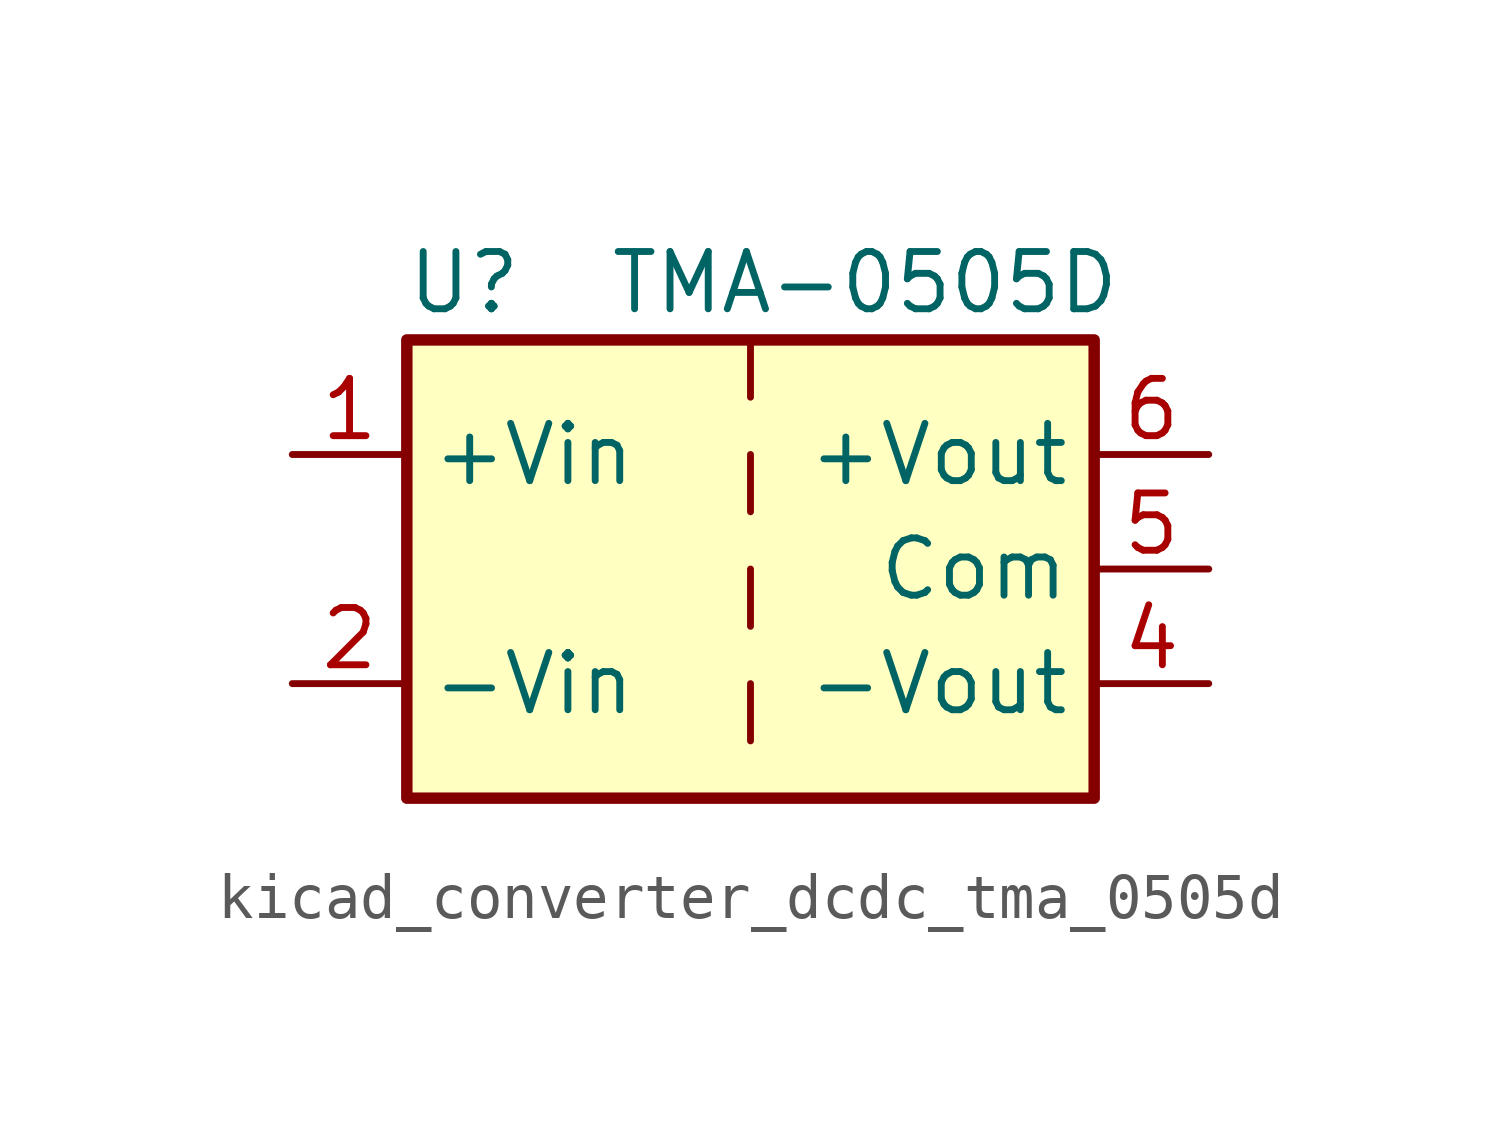
<source format=kicad_sym>
(kicad_symbol_lib
  (version 20220914)
  (generator kicad_symbol_editor)
  (symbol "kicad_converter_dcdc_tma_0505d"
    (property "Reference" "U"
      (at -6.35 6.35 0)
      (effects (font (size 1.27 1.27))))
    (property "Value" "TMA-0505D"
      (at 2.54 6.35 0)
      (effects (font (size 1.27 1.27))))
    (symbol "kicad_converter_dcdc_tma_0505d_0_1"
      (rectangle (start -7.62 5.08) (end 7.62 -5.08) (stroke (width 0.254) (type default)) (fill (type background)))
      (polyline (pts (xy 0 -2.54) (xy 0 -3.81)) (stroke (width 0) (type default)) (fill (type none)))
      (polyline (pts (xy 0 0) (xy 0 -1.27)) (stroke (width 0) (type default)) (fill (type none)))
      (polyline (pts (xy 0 2.54) (xy 0 1.27)) (stroke (width 0) (type default)) (fill (type none)))
      (polyline (pts (xy 0 5.08) (xy 0 3.81)) (stroke (width 0) (type default)) (fill (type none))))
    (symbol "kicad_converter_dcdc_tma_0505d_1_1"
      (pin power_in line (at -10.16 2.54 0) (length 2.54) (name "+Vin" (effects (font (size 1.27 1.27)))) (number "1" (effects (font (size 1.27 1.27)))))
      (pin power_in line (at -10.16 -2.54 0) (length 2.54) (name "-Vin" (effects (font (size 1.27 1.27)))) (number "2" (effects (font (size 1.27 1.27)))))
      (pin power_out line (at 10.16 -2.54 180) (length 2.54) (name "-Vout" (effects (font (size 1.27 1.27)))) (number "4" (effects (font (size 1.27 1.27)))))
      (pin power_out line (at 10.16 0 180) (length 2.54) (name "Com" (effects (font (size 1.27 1.27)))) (number "5" (effects (font (size 1.27 1.27)))))
      (pin power_out line (at 10.16 2.54 180) (length 2.54) (name "+Vout" (effects (font (size 1.27 1.27)))) (number "6" (effects (font (size 1.27 1.27))))))))
</source>
